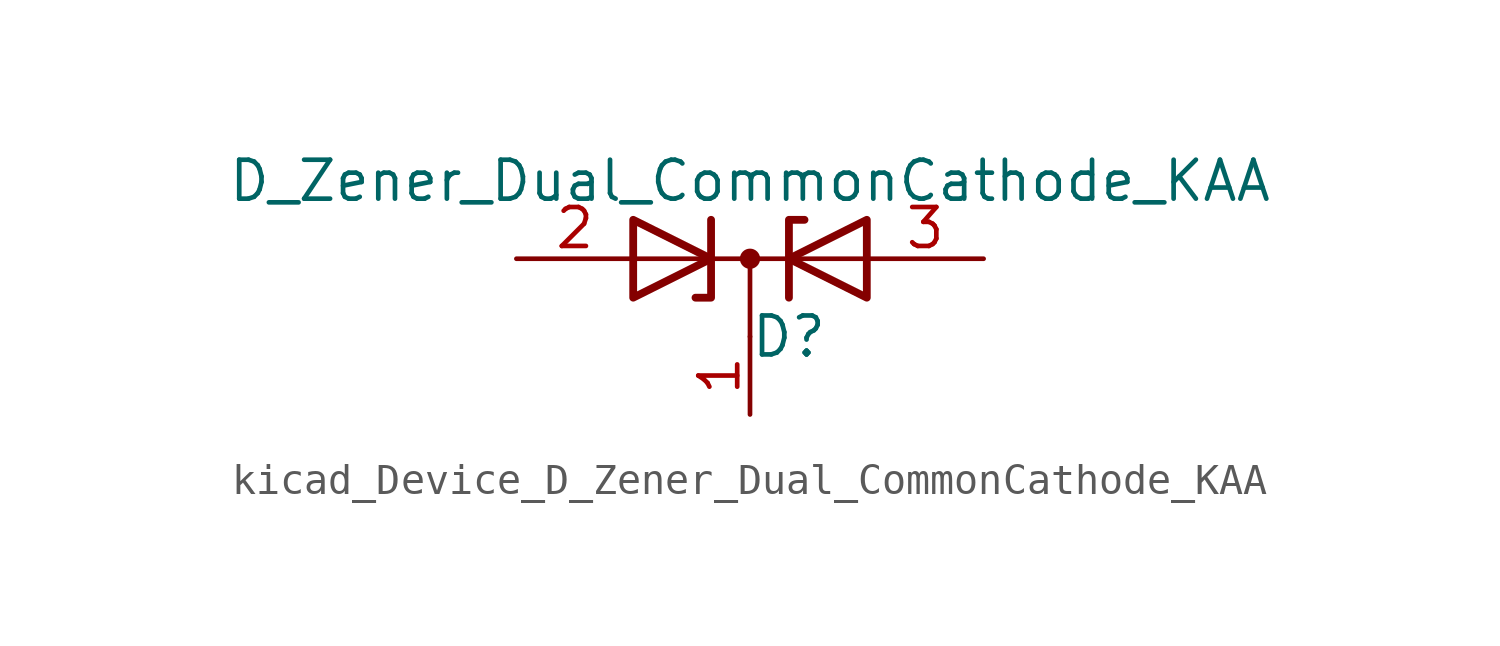
<source format=kicad_sym>
(kicad_symbol_lib
  (version 20220914)
  (generator kicad_symbol_editor)
  (symbol "kicad_Device_D_Zener_Dual_CommonCathode_KAA"
    (pin_names
      (offset 0.762) hide)
    (property "Reference" "D"
      (at 1.27 -2.54 0)
      (effects (font (size 1.27 1.27))))
    (property "Value" "D_Zener_Dual_CommonCathode_KAA"
      (at 0 2.54 0)
      (effects (font (size 1.27 1.27))))
    (symbol "kicad_Device_D_Zener_Dual_CommonCathode_KAA_0_1"
      (polyline (pts (xy -3.81 0) (xy 3.81 0)) (stroke (width 0) (type default)) (fill (type none)))
      (polyline (pts (xy 0 0) (xy 0 -2.54)) (stroke (width 0) (type default)) (fill (type none)))
      (polyline (pts (xy -1.27 1.27) (xy -1.27 -1.27) (xy -1.778 -1.27)) (stroke (width 0.254) (type default)) (fill (type none)))
      (polyline (pts (xy 1.27 -1.27) (xy 1.27 1.27) (xy 1.778 1.27)) (stroke (width 0.254) (type default)) (fill (type none)))
      (polyline (pts (xy -3.81 1.27) (xy -1.27 0) (xy -3.81 -1.27) (xy -3.81 1.27) (xy -3.81 1.27) (xy -3.81 1.27)) (stroke (width 0.254) (type default)) (fill (type none)))
      (polyline (pts (xy 3.81 -1.27) (xy 1.27 0) (xy 3.81 1.27) (xy 3.81 -1.27) (xy 3.81 -1.27) (xy 3.81 -1.27)) (stroke (width 0.254) (type default)) (fill (type none)))
      (circle (center 0 0) (radius 0.254) (stroke (width 0) (type default)) (fill (type outline)))
      (pin passive line (at 0 -5.08 90) (length 2.54) (name "K" (effects (font (size 1.27 1.27)))) (number "1" (effects (font (size 1.27 1.27)))))
      (pin passive line (at -7.62 0 0) (length 3.81) (name "A" (effects (font (size 1.27 1.27)))) (number "2" (effects (font (size 1.27 1.27)))))
      (pin passive line (at 7.62 0 180) (length 3.81) (name "A" (effects (font (size 1.27 1.27)))) (number "3" (effects (font (size 1.27 1.27))))))))
</source>
